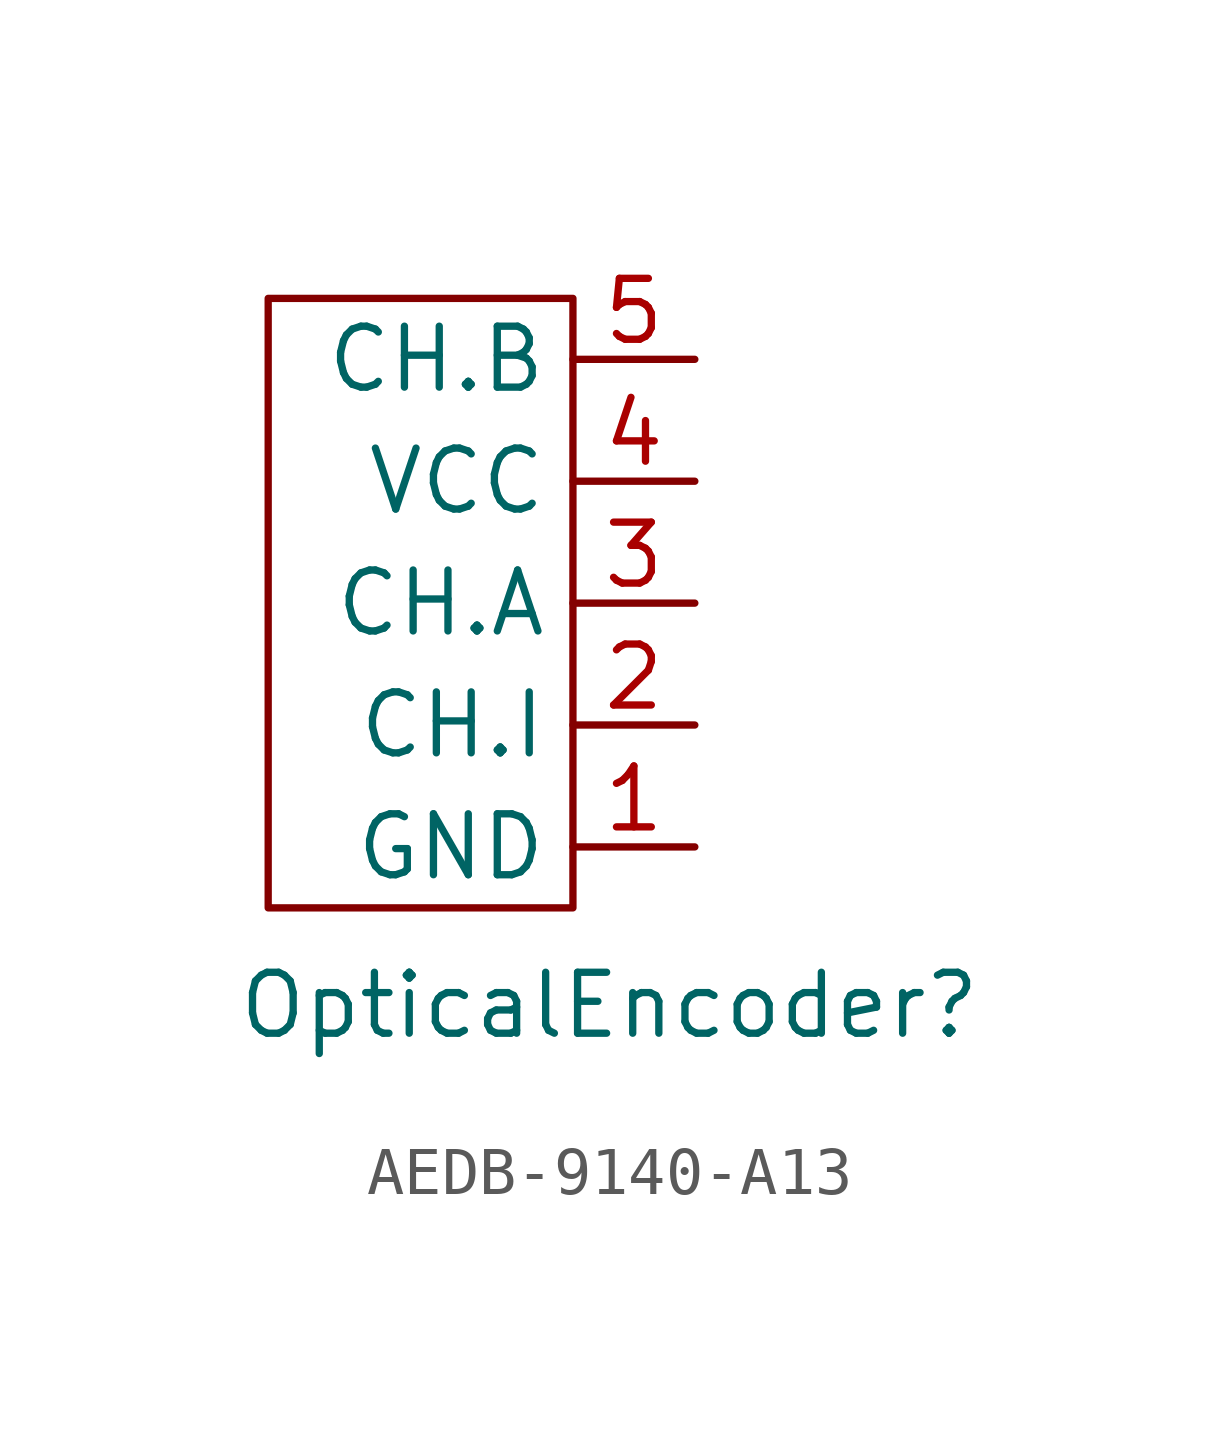
<source format=kicad_sym>
(kicad_symbol_lib
  (version 20231120)
  (generator "kicad_symbol_editor")
  (generator_version "8.0")
  (symbol "AEDB-9140-A13"
    (property "Reference" "OpticalEncoder"
      (at -1.778 -8.382 0)
      (effects (font (size 1.27 1.27))))
    (property "Value" ""
      (at -3.81 -6.35 0)
      (effects (font (size 1.27 1.27))))
    (symbol "AEDB-9140-A13_0_1"
      (rectangle (start -2.54 -6.35) (end -8.89 6.35) (stroke (width 0) (type default)) (fill (type none))))
    (symbol "AEDB-9140-A13_1_1"
      (pin input line (at 0 -5.08 180) (length 2.54) (name "GND" (effects (font (size 1.27 1.27)))) (number "1" (effects (font (size 1.27 1.27)))))
      (pin output line (at 0 -2.54 180) (length 2.54) (name "CH.I" (effects (font (size 1.27 1.27)))) (number "2" (effects (font (size 1.27 1.27)))))
      (pin output line (at 0 0 180) (length 2.54) (name "CH.A" (effects (font (size 1.27 1.27)))) (number "3" (effects (font (size 1.27 1.27)))))
      (pin input line (at 0 2.54 180) (length 2.54) (name "VCC" (effects (font (size 1.27 1.27)))) (number "4" (effects (font (size 1.27 1.27)))))
      (pin input line (at 0 5.08 180) (length 2.54) (name "CH.B" (effects (font (size 1.27 1.27)))) (number "5" (effects (font (size 1.27 1.27))))))))
</source>
